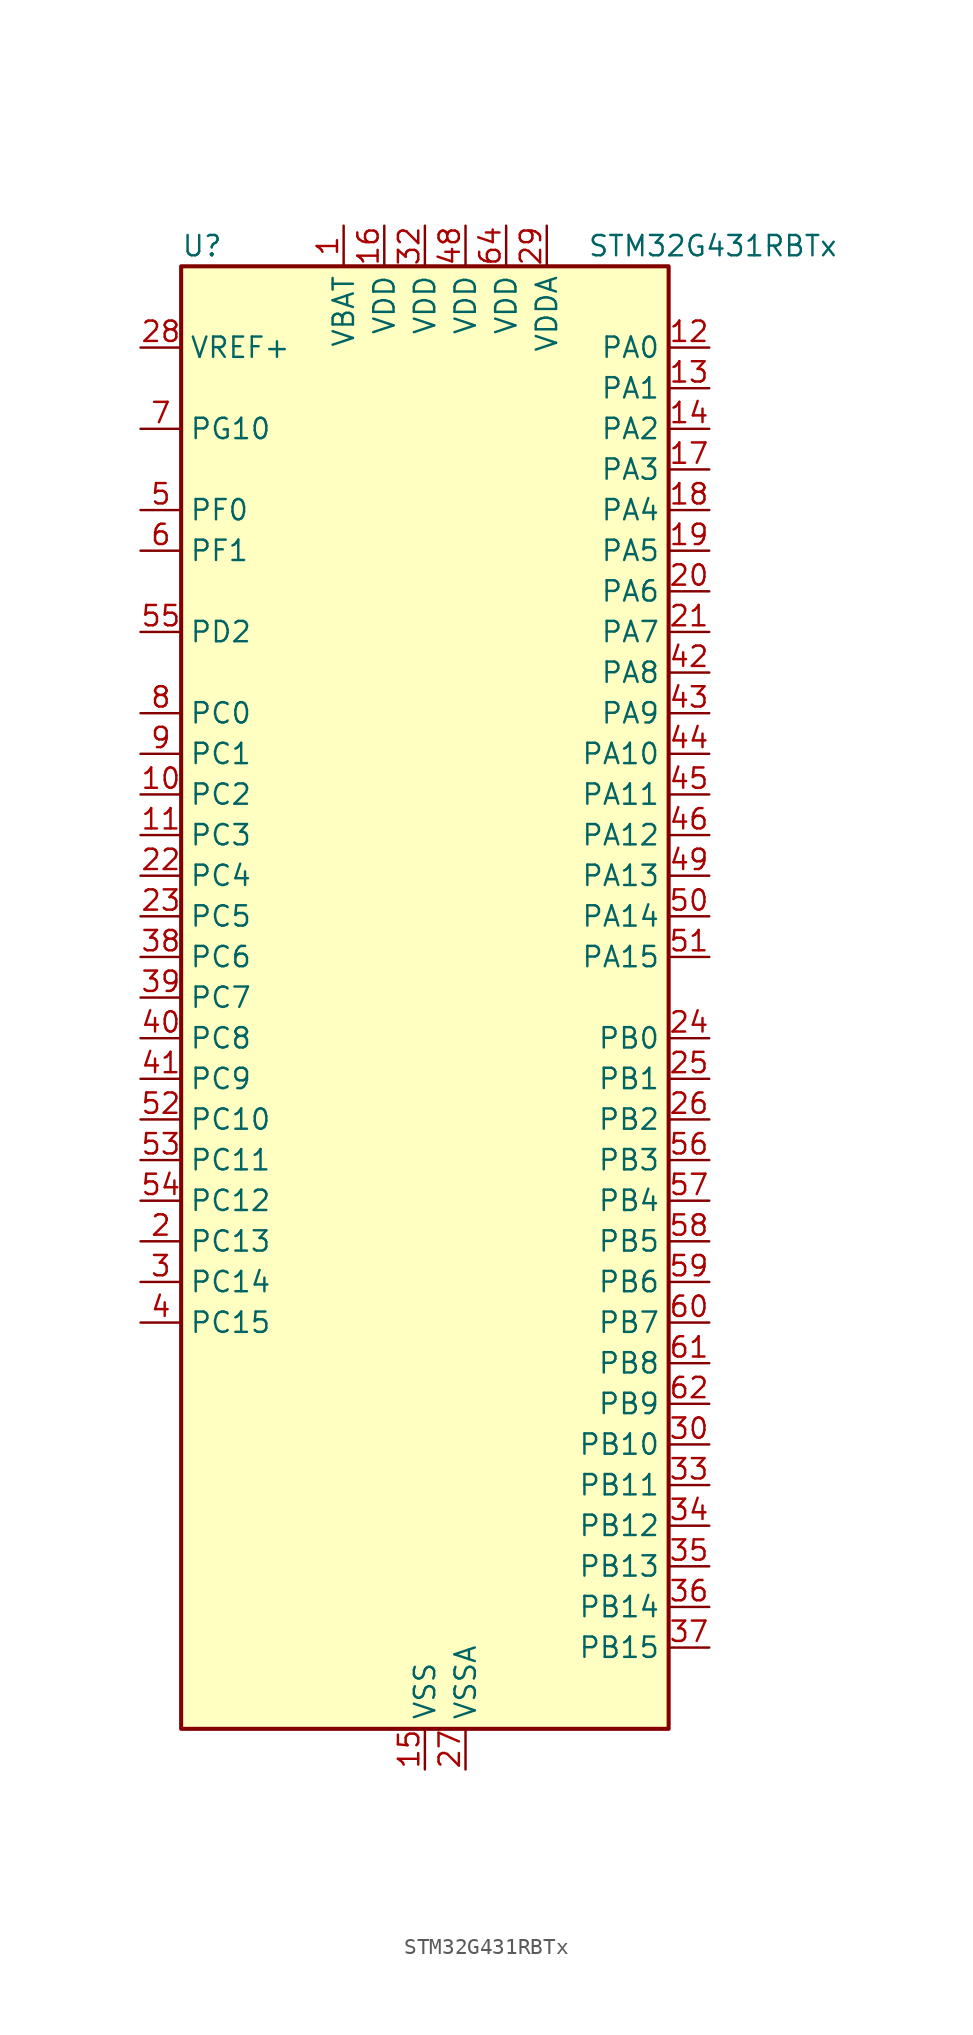
<source format=kicad_sym>
(kicad_symbol_lib
  (version 20241209)
  (generator "kicad_symbol_editor")
  (generator_version "9.0")
  (symbol "STM32G431RBTx"
    (property "Reference" "U"
      (at -15.24 46.99 0)
      (effects (font (size 1.27 1.27)) (justify left)))
    (property "Value" "STM32G431RBTx"
      (at 10.16 46.99 0)
      (effects (font (size 1.27 1.27)) (justify left)))
    (symbol "STM32G431RBTx_0_1"
      (rectangle (start -15.24 -45.72) (end 15.24 45.72) (stroke (width 0.254) (type default)) (fill (type background))))
    (symbol "STM32G431RBTx_1_1"
      (pin input line (at -17.78 40.64 0) (length 2.54) (name "VREF+" (effects (font (size 1.27 1.27)))) (number "28" (effects (font (size 1.27 1.27)))) (alternate "VREFBUF_OUT" bidirectional line))
      (pin bidirectional line (at -17.78 35.56 0) (length 2.54) (name "PG10" (effects (font (size 1.27 1.27)))) (number "7" (effects (font (size 1.27 1.27)))) (alternate "DAC1_EXTI10" bidirectional line) (alternate "DAC3_EXTI10" bidirectional line) (alternate "RCC_MCO" bidirectional line))
      (pin bidirectional line (at -17.78 30.48 0) (length 2.54) (name "PF0" (effects (font (size 1.27 1.27)))) (number "5" (effects (font (size 1.27 1.27)))) (alternate "ADC1_IN10" bidirectional line) (alternate "I2C2_SDA" bidirectional line) (alternate "I2S2_WS" bidirectional line) (alternate "RCC_OSC_IN" bidirectional line) (alternate "SPI2_NSS" bidirectional line) (alternate "TIM1_CH3N" bidirectional line))
      (pin bidirectional line (at -17.78 27.94 0) (length 2.54) (name "PF1" (effects (font (size 1.27 1.27)))) (number "6" (effects (font (size 1.27 1.27)))) (alternate "ADC2_IN10" bidirectional line) (alternate "COMP3_INM" bidirectional line) (alternate "I2S2_CK" bidirectional line) (alternate "RCC_OSC_OUT" bidirectional line) (alternate "SPI2_SCK" bidirectional line))
      (pin bidirectional line (at -17.78 22.86 0) (length 2.54) (name "PD2" (effects (font (size 1.27 1.27)))) (number "55" (effects (font (size 1.27 1.27)))) (alternate "TIM3_ETR" bidirectional line) (alternate "TIM8_BKIN" bidirectional line))
      (pin bidirectional line (at -17.78 17.78 0) (length 2.54) (name "PC0" (effects (font (size 1.27 1.27)))) (number "8" (effects (font (size 1.27 1.27)))) (alternate "ADC1_IN6" bidirectional line) (alternate "ADC2_IN6" bidirectional line) (alternate "COMP3_INM" bidirectional line) (alternate "LPTIM1_IN1" bidirectional line) (alternate "LPUART1_RX" bidirectional line) (alternate "TIM1_CH1" bidirectional line))
      (pin bidirectional line (at -17.78 15.24 0) (length 2.54) (name "PC1" (effects (font (size 1.27 1.27)))) (number "9" (effects (font (size 1.27 1.27)))) (alternate "ADC1_IN7" bidirectional line) (alternate "ADC2_IN7" bidirectional line) (alternate "COMP3_INP" bidirectional line) (alternate "LPTIM1_OUT" bidirectional line) (alternate "LPUART1_TX" bidirectional line) (alternate "SAI1_SD_A" bidirectional line) (alternate "TIM1_CH2" bidirectional line))
      (pin bidirectional line (at -17.78 12.7 0) (length 2.54) (name "PC2" (effects (font (size 1.27 1.27)))) (number "10" (effects (font (size 1.27 1.27)))) (alternate "ADC1_IN8" bidirectional line) (alternate "ADC2_IN8" bidirectional line) (alternate "COMP3_OUT" bidirectional line) (alternate "LPTIM1_IN2" bidirectional line) (alternate "TIM1_CH3" bidirectional line))
      (pin bidirectional line (at -17.78 10.16 0) (length 2.54) (name "PC3" (effects (font (size 1.27 1.27)))) (number "11" (effects (font (size 1.27 1.27)))) (alternate "ADC1_IN9" bidirectional line) (alternate "ADC2_IN9" bidirectional line) (alternate "LPTIM1_ETR" bidirectional line) (alternate "SAI1_D1" bidirectional line) (alternate "SAI1_SD_A" bidirectional line) (alternate "TIM1_BKIN2" bidirectional line) (alternate "TIM1_CH4" bidirectional line))
      (pin bidirectional line (at -17.78 7.62 0) (length 2.54) (name "PC4" (effects (font (size 1.27 1.27)))) (number "22" (effects (font (size 1.27 1.27)))) (alternate "ADC2_IN5" bidirectional line) (alternate "I2C2_SCL" bidirectional line) (alternate "TIM1_ETR" bidirectional line) (alternate "USART1_TX" bidirectional line))
      (pin bidirectional line (at -17.78 5.08 0) (length 2.54) (name "PC5" (effects (font (size 1.27 1.27)))) (number "23" (effects (font (size 1.27 1.27)))) (alternate "ADC2_IN11" bidirectional line) (alternate "OPAMP1_VINM" bidirectional line) (alternate "OPAMP1_VINM1" bidirectional line) (alternate "OPAMP1_VINM_SEC" bidirectional line) (alternate "OPAMP2_VINM" bidirectional line) (alternate "OPAMP2_VINM1" bidirectional line) (alternate "OPAMP2_VINM_SEC" bidirectional line) (alternate "SAI1_D3" bidirectional line) (alternate "SYS_WKUP5" bidirectional line) (alternate "TIM15_BKIN" bidirectional line) (alternate "TIM1_CH4N" bidirectional line) (alternate "USART1_RX" bidirectional line))
      (pin bidirectional line (at -17.78 2.54 0) (length 2.54) (name "PC6" (effects (font (size 1.27 1.27)))) (number "38" (effects (font (size 1.27 1.27)))) (alternate "I2S2_MCK" bidirectional line) (alternate "TIM3_CH1" bidirectional line) (alternate "TIM8_CH1" bidirectional line))
      (pin bidirectional line (at -17.78 0 0) (length 2.54) (name "PC7" (effects (font (size 1.27 1.27)))) (number "39" (effects (font (size 1.27 1.27)))) (alternate "I2S3_MCK" bidirectional line) (alternate "TIM3_CH2" bidirectional line) (alternate "TIM8_CH2" bidirectional line))
      (pin bidirectional line (at -17.78 -2.54 0) (length 2.54) (name "PC8" (effects (font (size 1.27 1.27)))) (number "40" (effects (font (size 1.27 1.27)))) (alternate "I2C3_SCL" bidirectional line) (alternate "TIM3_CH3" bidirectional line) (alternate "TIM8_CH3" bidirectional line))
      (pin bidirectional line (at -17.78 -5.08 0) (length 2.54) (name "PC9" (effects (font (size 1.27 1.27)))) (number "41" (effects (font (size 1.27 1.27)))) (alternate "DAC1_EXTI9" bidirectional line) (alternate "DAC3_EXTI9" bidirectional line) (alternate "I2C3_SDA" bidirectional line) (alternate "I2S_CKIN" bidirectional line) (alternate "TIM3_CH4" bidirectional line) (alternate "TIM8_BKIN2" bidirectional line) (alternate "TIM8_CH4" bidirectional line))
      (pin bidirectional line (at -17.78 -7.62 0) (length 2.54) (name "PC10" (effects (font (size 1.27 1.27)))) (number "52" (effects (font (size 1.27 1.27)))) (alternate "DAC1_EXTI10" bidirectional line) (alternate "DAC3_EXTI10" bidirectional line) (alternate "I2S3_CK" bidirectional line) (alternate "SPI3_SCK" bidirectional line) (alternate "TIM8_CH1N" bidirectional line) (alternate "UART4_TX" bidirectional line) (alternate "USART3_TX" bidirectional line))
      (pin bidirectional line (at -17.78 -10.16 0) (length 2.54) (name "PC11" (effects (font (size 1.27 1.27)))) (number "53" (effects (font (size 1.27 1.27)))) (alternate "ADC1_EXTI11" bidirectional line) (alternate "ADC2_EXTI11" bidirectional line) (alternate "I2C3_SDA" bidirectional line) (alternate "SPI3_MISO" bidirectional line) (alternate "TIM8_CH2N" bidirectional line) (alternate "UART4_RX" bidirectional line) (alternate "USART3_RX" bidirectional line))
      (pin bidirectional line (at -17.78 -12.7 0) (length 2.54) (name "PC12" (effects (font (size 1.27 1.27)))) (number "54" (effects (font (size 1.27 1.27)))) (alternate "I2S3_SD" bidirectional line) (alternate "SPI3_MOSI" bidirectional line) (alternate "TIM8_CH3N" bidirectional line) (alternate "UCPD1_FRSTX1" bidirectional line) (alternate "UCPD1_FRSTX2" bidirectional line) (alternate "USART3_CK" bidirectional line))
      (pin bidirectional line (at -17.78 -15.24 0) (length 2.54) (name "PC13" (effects (font (size 1.27 1.27)))) (number "2" (effects (font (size 1.27 1.27)))) (alternate "RTC_OUT1" bidirectional line) (alternate "RTC_TAMP1" bidirectional line) (alternate "RTC_TS" bidirectional line) (alternate "SYS_WKUP2" bidirectional line) (alternate "TIM1_BKIN" bidirectional line) (alternate "TIM1_CH1N" bidirectional line) (alternate "TIM8_CH4N" bidirectional line))
      (pin bidirectional line (at -17.78 -17.78 0) (length 2.54) (name "PC14" (effects (font (size 1.27 1.27)))) (number "3" (effects (font (size 1.27 1.27)))) (alternate "RCC_OSC32_IN" bidirectional line))
      (pin bidirectional line (at -17.78 -20.32 0) (length 2.54) (name "PC15" (effects (font (size 1.27 1.27)))) (number "4" (effects (font (size 1.27 1.27)))) (alternate "ADC1_EXTI15" bidirectional line) (alternate "ADC2_EXTI15" bidirectional line) (alternate "RCC_OSC32_OUT" bidirectional line))
      (pin power_in line (at -5.08 48.26 270) (length 2.54) (name "VBAT" (effects (font (size 1.27 1.27)))) (number "1" (effects (font (size 1.27 1.27)))))
      (pin power_in line (at -2.54 48.26 270) (length 2.54) (name "VDD" (effects (font (size 1.27 1.27)))) (number "16" (effects (font (size 1.27 1.27)))))
      (pin power_in line (at 0 48.26 270) (length 2.54) (name "VDD" (effects (font (size 1.27 1.27)))) (number "32" (effects (font (size 1.27 1.27)))))
      (pin power_in line (at 0 -48.26 90) (length 2.54) (name "VSS" (effects (font (size 1.27 1.27)))) (number "15" (effects (font (size 1.27 1.27)))))
      (pin passive line (at 0 -48.26 90) (length 2.54) (hide yes) (name "VSS" (effects (font (size 1.27 1.27)))) (number "31" (effects (font (size 1.27 1.27)))))
      (pin passive line (at 0 -48.26 90) (length 2.54) (hide yes) (name "VSS" (effects (font (size 1.27 1.27)))) (number "47" (effects (font (size 1.27 1.27)))))
      (pin passive line (at 0 -48.26 90) (length 2.54) (hide yes) (name "VSS" (effects (font (size 1.27 1.27)))) (number "63" (effects (font (size 1.27 1.27)))))
      (pin power_in line (at 2.54 48.26 270) (length 2.54) (name "VDD" (effects (font (size 1.27 1.27)))) (number "48" (effects (font (size 1.27 1.27)))))
      (pin power_in line (at 2.54 -48.26 90) (length 2.54) (name "VSSA" (effects (font (size 1.27 1.27)))) (number "27" (effects (font (size 1.27 1.27)))))
      (pin power_in line (at 5.08 48.26 270) (length 2.54) (name "VDD" (effects (font (size 1.27 1.27)))) (number "64" (effects (font (size 1.27 1.27)))))
      (pin power_in line (at 7.62 48.26 270) (length 2.54) (name "VDDA" (effects (font (size 1.27 1.27)))) (number "29" (effects (font (size 1.27 1.27)))))
      (pin bidirectional line (at 17.78 40.64 180) (length 2.54) (name "PA0" (effects (font (size 1.27 1.27)))) (number "12" (effects (font (size 1.27 1.27)))) (alternate "ADC1_IN1" bidirectional line) (alternate "ADC2_IN1" bidirectional line) (alternate "COMP1_INM" bidirectional line) (alternate "COMP1_OUT" bidirectional line) (alternate "COMP3_INP" bidirectional line) (alternate "RTC_TAMP2" bidirectional line) (alternate "SYS_WKUP1" bidirectional line) (alternate "TIM2_CH1" bidirectional line) (alternate "TIM2_ETR" bidirectional line) (alternate "TIM8_BKIN" bidirectional line) (alternate "TIM8_ETR" bidirectional line) (alternate "USART2_CTS" bidirectional line) (alternate "USART2_NSS" bidirectional line))
      (pin bidirectional line (at 17.78 38.1 180) (length 2.54) (name "PA1" (effects (font (size 1.27 1.27)))) (number "13" (effects (font (size 1.27 1.27)))) (alternate "ADC1_IN2" bidirectional line) (alternate "ADC2_IN2" bidirectional line) (alternate "COMP1_INP" bidirectional line) (alternate "OPAMP1_VINP" bidirectional line) (alternate "OPAMP1_VINP_SEC" bidirectional line) (alternate "OPAMP3_VINP" bidirectional line) (alternate "OPAMP3_VINP_SEC" bidirectional line) (alternate "RTC_REFIN" bidirectional line) (alternate "TIM15_CH1N" bidirectional line) (alternate "TIM2_CH2" bidirectional line) (alternate "USART2_DE" bidirectional line) (alternate "USART2_RTS" bidirectional line))
      (pin bidirectional line (at 17.78 35.56 180) (length 2.54) (name "PA2" (effects (font (size 1.27 1.27)))) (number "14" (effects (font (size 1.27 1.27)))) (alternate "ADC1_IN3" bidirectional line) (alternate "COMP2_INM" bidirectional line) (alternate "COMP2_OUT" bidirectional line) (alternate "LPUART1_TX" bidirectional line) (alternate "OPAMP1_VOUT" bidirectional line) (alternate "RCC_LSCO" bidirectional line) (alternate "SYS_WKUP4" bidirectional line) (alternate "TIM15_CH1" bidirectional line) (alternate "TIM2_CH3" bidirectional line) (alternate "UCPD1_FRSTX1" bidirectional line) (alternate "UCPD1_FRSTX2" bidirectional line) (alternate "USART2_TX" bidirectional line))
      (pin bidirectional line (at 17.78 33.02 180) (length 2.54) (name "PA3" (effects (font (size 1.27 1.27)))) (number "17" (effects (font (size 1.27 1.27)))) (alternate "ADC1_IN4" bidirectional line) (alternate "COMP2_INP" bidirectional line) (alternate "LPUART1_RX" bidirectional line) (alternate "OPAMP1_VINM" bidirectional line) (alternate "OPAMP1_VINM0" bidirectional line) (alternate "OPAMP1_VINM_SEC" bidirectional line) (alternate "OPAMP1_VINP" bidirectional line) (alternate "OPAMP1_VINP_SEC" bidirectional line) (alternate "SAI1_CK1" bidirectional line) (alternate "SAI1_MCLK_A" bidirectional line) (alternate "TIM15_CH2" bidirectional line) (alternate "TIM2_CH4" bidirectional line) (alternate "USART2_RX" bidirectional line))
      (pin bidirectional line (at 17.78 30.48 180) (length 2.54) (name "PA4" (effects (font (size 1.27 1.27)))) (number "18" (effects (font (size 1.27 1.27)))) (alternate "ADC2_IN17" bidirectional line) (alternate "COMP1_INM" bidirectional line) (alternate "DAC1_OUT1" bidirectional line) (alternate "I2S3_WS" bidirectional line) (alternate "SAI1_FS_B" bidirectional line) (alternate "SPI1_NSS" bidirectional line) (alternate "SPI3_NSS" bidirectional line) (alternate "TIM3_CH2" bidirectional line) (alternate "USART2_CK" bidirectional line))
      (pin bidirectional line (at 17.78 27.94 180) (length 2.54) (name "PA5" (effects (font (size 1.27 1.27)))) (number "19" (effects (font (size 1.27 1.27)))) (alternate "ADC2_IN13" bidirectional line) (alternate "COMP2_INM" bidirectional line) (alternate "DAC1_OUT2" bidirectional line) (alternate "OPAMP2_VINM" bidirectional line) (alternate "OPAMP2_VINM0" bidirectional line) (alternate "OPAMP2_VINM_SEC" bidirectional line) (alternate "SPI1_SCK" bidirectional line) (alternate "TIM2_CH1" bidirectional line) (alternate "TIM2_ETR" bidirectional line) (alternate "UCPD1_FRSTX1" bidirectional line) (alternate "UCPD1_FRSTX2" bidirectional line))
      (pin bidirectional line (at 17.78 25.4 180) (length 2.54) (name "PA6" (effects (font (size 1.27 1.27)))) (number "20" (effects (font (size 1.27 1.27)))) (alternate "ADC2_IN3" bidirectional line) (alternate "COMP1_OUT" bidirectional line) (alternate "LPUART1_CTS" bidirectional line) (alternate "OPAMP2_VOUT" bidirectional line) (alternate "SPI1_MISO" bidirectional line) (alternate "TIM16_CH1" bidirectional line) (alternate "TIM1_BKIN" bidirectional line) (alternate "TIM3_CH1" bidirectional line) (alternate "TIM8_BKIN" bidirectional line))
      (pin bidirectional line (at 17.78 22.86 180) (length 2.54) (name "PA7" (effects (font (size 1.27 1.27)))) (number "21" (effects (font (size 1.27 1.27)))) (alternate "ADC2_IN4" bidirectional line) (alternate "COMP2_INP" bidirectional line) (alternate "COMP2_OUT" bidirectional line) (alternate "OPAMP1_VINP" bidirectional line) (alternate "OPAMP1_VINP_SEC" bidirectional line) (alternate "OPAMP2_VINP" bidirectional line) (alternate "OPAMP2_VINP_SEC" bidirectional line) (alternate "SPI1_MOSI" bidirectional line) (alternate "TIM17_CH1" bidirectional line) (alternate "TIM1_CH1N" bidirectional line) (alternate "TIM3_CH2" bidirectional line) (alternate "TIM8_CH1N" bidirectional line) (alternate "UCPD1_FRSTX1" bidirectional line) (alternate "UCPD1_FRSTX2" bidirectional line))
      (pin bidirectional line (at 17.78 20.32 180) (length 2.54) (name "PA8" (effects (font (size 1.27 1.27)))) (number "42" (effects (font (size 1.27 1.27)))) (alternate "I2C2_SDA" bidirectional line) (alternate "I2C3_SCL" bidirectional line) (alternate "I2S2_MCK" bidirectional line) (alternate "RCC_MCO" bidirectional line) (alternate "SAI1_CK2" bidirectional line) (alternate "SAI1_SCK_A" bidirectional line) (alternate "TIM1_CH1" bidirectional line) (alternate "TIM4_ETR" bidirectional line) (alternate "USART1_CK" bidirectional line))
      (pin bidirectional line (at 17.78 17.78 180) (length 2.54) (name "PA9" (effects (font (size 1.27 1.27)))) (number "43" (effects (font (size 1.27 1.27)))) (alternate "DAC1_EXTI9" bidirectional line) (alternate "DAC3_EXTI9" bidirectional line) (alternate "I2C2_SCL" bidirectional line) (alternate "I2C3_SMBA" bidirectional line) (alternate "I2S3_MCK" bidirectional line) (alternate "SAI1_FS_A" bidirectional line) (alternate "TIM15_BKIN" bidirectional line) (alternate "TIM1_CH2" bidirectional line) (alternate "TIM2_CH3" bidirectional line) (alternate "UCPD1_DBCC1" bidirectional line) (alternate "USART1_TX" bidirectional line))
      (pin bidirectional line (at 17.78 15.24 180) (length 2.54) (name "PA10" (effects (font (size 1.27 1.27)))) (number "44" (effects (font (size 1.27 1.27)))) (alternate "CRS_SYNC" bidirectional line) (alternate "DAC1_EXTI10" bidirectional line) (alternate "DAC3_EXTI10" bidirectional line) (alternate "I2C2_SMBA" bidirectional line) (alternate "SAI1_D1" bidirectional line) (alternate "SAI1_SD_A" bidirectional line) (alternate "SPI2_MISO" bidirectional line) (alternate "TIM17_BKIN" bidirectional line) (alternate "TIM1_CH3" bidirectional line) (alternate "TIM2_CH4" bidirectional line) (alternate "TIM8_BKIN" bidirectional line) (alternate "UCPD1_DBCC2" bidirectional line) (alternate "USART1_RX" bidirectional line))
      (pin bidirectional line (at 17.78 12.7 180) (length 2.54) (name "PA11" (effects (font (size 1.27 1.27)))) (number "45" (effects (font (size 1.27 1.27)))) (alternate "ADC1_EXTI11" bidirectional line) (alternate "ADC2_EXTI11" bidirectional line) (alternate "COMP1_OUT" bidirectional line) (alternate "FDCAN1_RX" bidirectional line) (alternate "I2S2_SD" bidirectional line) (alternate "SPI2_MOSI" bidirectional line) (alternate "TIM1_BKIN2" bidirectional line) (alternate "TIM1_CH1N" bidirectional line) (alternate "TIM1_CH4" bidirectional line) (alternate "TIM4_CH1" bidirectional line) (alternate "USART1_CTS" bidirectional line) (alternate "USART1_NSS" bidirectional line) (alternate "USB_DM" bidirectional line))
      (pin bidirectional line (at 17.78 10.16 180) (length 2.54) (name "PA12" (effects (font (size 1.27 1.27)))) (number "46" (effects (font (size 1.27 1.27)))) (alternate "COMP2_OUT" bidirectional line) (alternate "FDCAN1_TX" bidirectional line) (alternate "I2S_CKIN" bidirectional line) (alternate "TIM16_CH1" bidirectional line) (alternate "TIM1_CH2N" bidirectional line) (alternate "TIM1_ETR" bidirectional line) (alternate "TIM4_CH2" bidirectional line) (alternate "USART1_DE" bidirectional line) (alternate "USART1_RTS" bidirectional line) (alternate "USB_DP" bidirectional line))
      (pin bidirectional line (at 17.78 7.62 180) (length 2.54) (name "PA13" (effects (font (size 1.27 1.27)))) (number "49" (effects (font (size 1.27 1.27)))) (alternate "I2C1_SCL" bidirectional line) (alternate "IR_OUT" bidirectional line) (alternate "SAI1_SD_B" bidirectional line) (alternate "SYS_JTMS-SWDIO" bidirectional line) (alternate "TIM16_CH1N" bidirectional line) (alternate "TIM4_CH3" bidirectional line) (alternate "USART3_CTS" bidirectional line) (alternate "USART3_NSS" bidirectional line))
      (pin bidirectional line (at 17.78 5.08 180) (length 2.54) (name "PA14" (effects (font (size 1.27 1.27)))) (number "50" (effects (font (size 1.27 1.27)))) (alternate "I2C1_SDA" bidirectional line) (alternate "LPTIM1_OUT" bidirectional line) (alternate "SAI1_FS_B" bidirectional line) (alternate "SYS_JTCK-SWCLK" bidirectional line) (alternate "TIM1_BKIN" bidirectional line) (alternate "TIM8_CH2" bidirectional line) (alternate "USART2_TX" bidirectional line))
      (pin bidirectional line (at 17.78 2.54 180) (length 2.54) (name "PA15" (effects (font (size 1.27 1.27)))) (number "51" (effects (font (size 1.27 1.27)))) (alternate "ADC1_EXTI15" bidirectional line) (alternate "ADC2_EXTI15" bidirectional line) (alternate "I2C1_SCL" bidirectional line) (alternate "I2S3_WS" bidirectional line) (alternate "SPI1_NSS" bidirectional line) (alternate "SPI3_NSS" bidirectional line) (alternate "SYS_JTDI" bidirectional line) (alternate "TIM1_BKIN" bidirectional line) (alternate "TIM2_CH1" bidirectional line) (alternate "TIM2_ETR" bidirectional line) (alternate "TIM8_CH1" bidirectional line) (alternate "UART4_DE" bidirectional line) (alternate "UART4_RTS" bidirectional line) (alternate "USART2_RX" bidirectional line))
      (pin bidirectional line (at 17.78 -2.54 180) (length 2.54) (name "PB0" (effects (font (size 1.27 1.27)))) (number "24" (effects (font (size 1.27 1.27)))) (alternate "ADC1_IN15" bidirectional line) (alternate "COMP4_INP" bidirectional line) (alternate "OPAMP2_VINP" bidirectional line) (alternate "OPAMP2_VINP_SEC" bidirectional line) (alternate "OPAMP3_VINP" bidirectional line) (alternate "OPAMP3_VINP_SEC" bidirectional line) (alternate "TIM1_CH2N" bidirectional line) (alternate "TIM3_CH3" bidirectional line) (alternate "TIM8_CH2N" bidirectional line) (alternate "UCPD1_FRSTX1" bidirectional line) (alternate "UCPD1_FRSTX2" bidirectional line))
      (pin bidirectional line (at 17.78 -5.08 180) (length 2.54) (name "PB1" (effects (font (size 1.27 1.27)))) (number "25" (effects (font (size 1.27 1.27)))) (alternate "ADC1_IN12" bidirectional line) (alternate "COMP1_INP" bidirectional line) (alternate "COMP4_OUT" bidirectional line) (alternate "LPUART1_DE" bidirectional line) (alternate "LPUART1_RTS" bidirectional line) (alternate "OPAMP3_VOUT" bidirectional line) (alternate "TIM1_CH3N" bidirectional line) (alternate "TIM3_CH4" bidirectional line) (alternate "TIM8_CH3N" bidirectional line))
      (pin bidirectional line (at 17.78 -7.62 180) (length 2.54) (name "PB2" (effects (font (size 1.27 1.27)))) (number "26" (effects (font (size 1.27 1.27)))) (alternate "ADC2_IN12" bidirectional line) (alternate "COMP4_INM" bidirectional line) (alternate "I2C3_SMBA" bidirectional line) (alternate "LPTIM1_OUT" bidirectional line) (alternate "OPAMP3_VINM" bidirectional line) (alternate "OPAMP3_VINM0" bidirectional line) (alternate "OPAMP3_VINM_SEC" bidirectional line) (alternate "RTC_OUT2" bidirectional line))
      (pin bidirectional line (at 17.78 -10.16 180) (length 2.54) (name "PB3" (effects (font (size 1.27 1.27)))) (number "56" (effects (font (size 1.27 1.27)))) (alternate "CRS_SYNC" bidirectional line) (alternate "I2S3_CK" bidirectional line) (alternate "SAI1_SCK_B" bidirectional line) (alternate "SPI1_SCK" bidirectional line) (alternate "SPI3_SCK" bidirectional line) (alternate "SYS_JTDO-SWO" bidirectional line) (alternate "TIM2_CH2" bidirectional line) (alternate "TIM3_ETR" bidirectional line) (alternate "TIM4_ETR" bidirectional line) (alternate "TIM8_CH1N" bidirectional line) (alternate "USART2_TX" bidirectional line))
      (pin bidirectional line (at 17.78 -12.7 180) (length 2.54) (name "PB4" (effects (font (size 1.27 1.27)))) (number "57" (effects (font (size 1.27 1.27)))) (alternate "SAI1_MCLK_B" bidirectional line) (alternate "SPI1_MISO" bidirectional line) (alternate "SPI3_MISO" bidirectional line) (alternate "SYS_JTRST" bidirectional line) (alternate "TIM16_CH1" bidirectional line) (alternate "TIM17_BKIN" bidirectional line) (alternate "TIM3_CH1" bidirectional line) (alternate "TIM8_CH2N" bidirectional line) (alternate "UCPD1_CC2" bidirectional line) (alternate "USART2_RX" bidirectional line))
      (pin bidirectional line (at 17.78 -15.24 180) (length 2.54) (name "PB5" (effects (font (size 1.27 1.27)))) (number "58" (effects (font (size 1.27 1.27)))) (alternate "I2C1_SMBA" bidirectional line) (alternate "I2C3_SDA" bidirectional line) (alternate "I2S3_SD" bidirectional line) (alternate "LPTIM1_IN1" bidirectional line) (alternate "SAI1_SD_B" bidirectional line) (alternate "SPI1_MOSI" bidirectional line) (alternate "SPI3_MOSI" bidirectional line) (alternate "TIM16_BKIN" bidirectional line) (alternate "TIM17_CH1" bidirectional line) (alternate "TIM3_CH2" bidirectional line) (alternate "TIM8_CH3N" bidirectional line) (alternate "USART2_CK" bidirectional line))
      (pin bidirectional line (at 17.78 -17.78 180) (length 2.54) (name "PB6" (effects (font (size 1.27 1.27)))) (number "59" (effects (font (size 1.27 1.27)))) (alternate "COMP4_OUT" bidirectional line) (alternate "LPTIM1_ETR" bidirectional line) (alternate "SAI1_FS_B" bidirectional line) (alternate "TIM16_CH1N" bidirectional line) (alternate "TIM4_CH1" bidirectional line) (alternate "TIM8_BKIN2" bidirectional line) (alternate "TIM8_CH1" bidirectional line) (alternate "TIM8_ETR" bidirectional line) (alternate "UCPD1_CC1" bidirectional line) (alternate "USART1_TX" bidirectional line))
      (pin bidirectional line (at 17.78 -20.32 180) (length 2.54) (name "PB7" (effects (font (size 1.27 1.27)))) (number "60" (effects (font (size 1.27 1.27)))) (alternate "COMP3_OUT" bidirectional line) (alternate "I2C1_SDA" bidirectional line) (alternate "LPTIM1_IN2" bidirectional line) (alternate "SYS_PVD_IN" bidirectional line) (alternate "TIM17_CH1N" bidirectional line) (alternate "TIM3_CH4" bidirectional line) (alternate "TIM4_CH2" bidirectional line) (alternate "TIM8_BKIN" bidirectional line) (alternate "UART4_CTS" bidirectional line) (alternate "USART1_RX" bidirectional line))
      (pin bidirectional line (at 17.78 -22.86 180) (length 2.54) (name "PB8" (effects (font (size 1.27 1.27)))) (number "61" (effects (font (size 1.27 1.27)))) (alternate "COMP1_OUT" bidirectional line) (alternate "FDCAN1_RX" bidirectional line) (alternate "I2C1_SCL" bidirectional line) (alternate "SAI1_CK1" bidirectional line) (alternate "SAI1_MCLK_A" bidirectional line) (alternate "TIM16_CH1" bidirectional line) (alternate "TIM1_BKIN" bidirectional line) (alternate "TIM4_CH3" bidirectional line) (alternate "TIM8_CH2" bidirectional line) (alternate "USART3_RX" bidirectional line))
      (pin bidirectional line (at 17.78 -25.4 180) (length 2.54) (name "PB9" (effects (font (size 1.27 1.27)))) (number "62" (effects (font (size 1.27 1.27)))) (alternate "COMP2_OUT" bidirectional line) (alternate "DAC1_EXTI9" bidirectional line) (alternate "DAC3_EXTI9" bidirectional line) (alternate "FDCAN1_TX" bidirectional line) (alternate "I2C1_SDA" bidirectional line) (alternate "IR_OUT" bidirectional line) (alternate "SAI1_D2" bidirectional line) (alternate "SAI1_FS_A" bidirectional line) (alternate "TIM17_CH1" bidirectional line) (alternate "TIM1_CH3N" bidirectional line) (alternate "TIM4_CH4" bidirectional line) (alternate "TIM8_CH3" bidirectional line) (alternate "USART3_TX" bidirectional line))
      (pin bidirectional line (at 17.78 -27.94 180) (length 2.54) (name "PB10" (effects (font (size 1.27 1.27)))) (number "30" (effects (font (size 1.27 1.27)))) (alternate "DAC1_EXTI10" bidirectional line) (alternate "DAC3_EXTI10" bidirectional line) (alternate "LPUART1_RX" bidirectional line) (alternate "OPAMP3_VINM" bidirectional line) (alternate "OPAMP3_VINM1" bidirectional line) (alternate "OPAMP3_VINM_SEC" bidirectional line) (alternate "SAI1_SCK_A" bidirectional line) (alternate "TIM1_BKIN" bidirectional line) (alternate "TIM2_CH3" bidirectional line) (alternate "USART3_TX" bidirectional line))
      (pin bidirectional line (at 17.78 -30.48 180) (length 2.54) (name "PB11" (effects (font (size 1.27 1.27)))) (number "33" (effects (font (size 1.27 1.27)))) (alternate "ADC1_EXTI11" bidirectional line) (alternate "ADC1_IN14" bidirectional line) (alternate "ADC2_EXTI11" bidirectional line) (alternate "ADC2_IN14" bidirectional line) (alternate "LPUART1_TX" bidirectional line) (alternate "TIM2_CH4" bidirectional line) (alternate "USART3_RX" bidirectional line))
      (pin bidirectional line (at 17.78 -33.02 180) (length 2.54) (name "PB12" (effects (font (size 1.27 1.27)))) (number "34" (effects (font (size 1.27 1.27)))) (alternate "ADC1_IN11" bidirectional line) (alternate "I2C2_SMBA" bidirectional line) (alternate "I2S2_WS" bidirectional line) (alternate "LPUART1_DE" bidirectional line) (alternate "LPUART1_RTS" bidirectional line) (alternate "SPI2_NSS" bidirectional line) (alternate "TIM1_BKIN" bidirectional line) (alternate "USART3_CK" bidirectional line))
      (pin bidirectional line (at 17.78 -35.56 180) (length 2.54) (name "PB13" (effects (font (size 1.27 1.27)))) (number "35" (effects (font (size 1.27 1.27)))) (alternate "I2S2_CK" bidirectional line) (alternate "LPUART1_CTS" bidirectional line) (alternate "OPAMP3_VINP" bidirectional line) (alternate "OPAMP3_VINP_SEC" bidirectional line) (alternate "SPI2_SCK" bidirectional line) (alternate "TIM1_CH1N" bidirectional line) (alternate "USART3_CTS" bidirectional line) (alternate "USART3_NSS" bidirectional line))
      (pin bidirectional line (at 17.78 -38.1 180) (length 2.54) (name "PB14" (effects (font (size 1.27 1.27)))) (number "36" (effects (font (size 1.27 1.27)))) (alternate "ADC1_IN5" bidirectional line) (alternate "COMP4_OUT" bidirectional line) (alternate "OPAMP2_VINP" bidirectional line) (alternate "OPAMP2_VINP_SEC" bidirectional line) (alternate "SPI2_MISO" bidirectional line) (alternate "TIM15_CH1" bidirectional line) (alternate "TIM1_CH2N" bidirectional line) (alternate "USART3_DE" bidirectional line) (alternate "USART3_RTS" bidirectional line))
      (pin bidirectional line (at 17.78 -40.64 180) (length 2.54) (name "PB15" (effects (font (size 1.27 1.27)))) (number "37" (effects (font (size 1.27 1.27)))) (alternate "ADC1_EXTI15" bidirectional line) (alternate "ADC2_EXTI15" bidirectional line) (alternate "ADC2_IN15" bidirectional line) (alternate "COMP3_OUT" bidirectional line) (alternate "I2S2_SD" bidirectional line) (alternate "RTC_REFIN" bidirectional line) (alternate "SPI2_MOSI" bidirectional line) (alternate "TIM15_CH1N" bidirectional line) (alternate "TIM15_CH2" bidirectional line) (alternate "TIM1_CH3N" bidirectional line)))))
</source>
